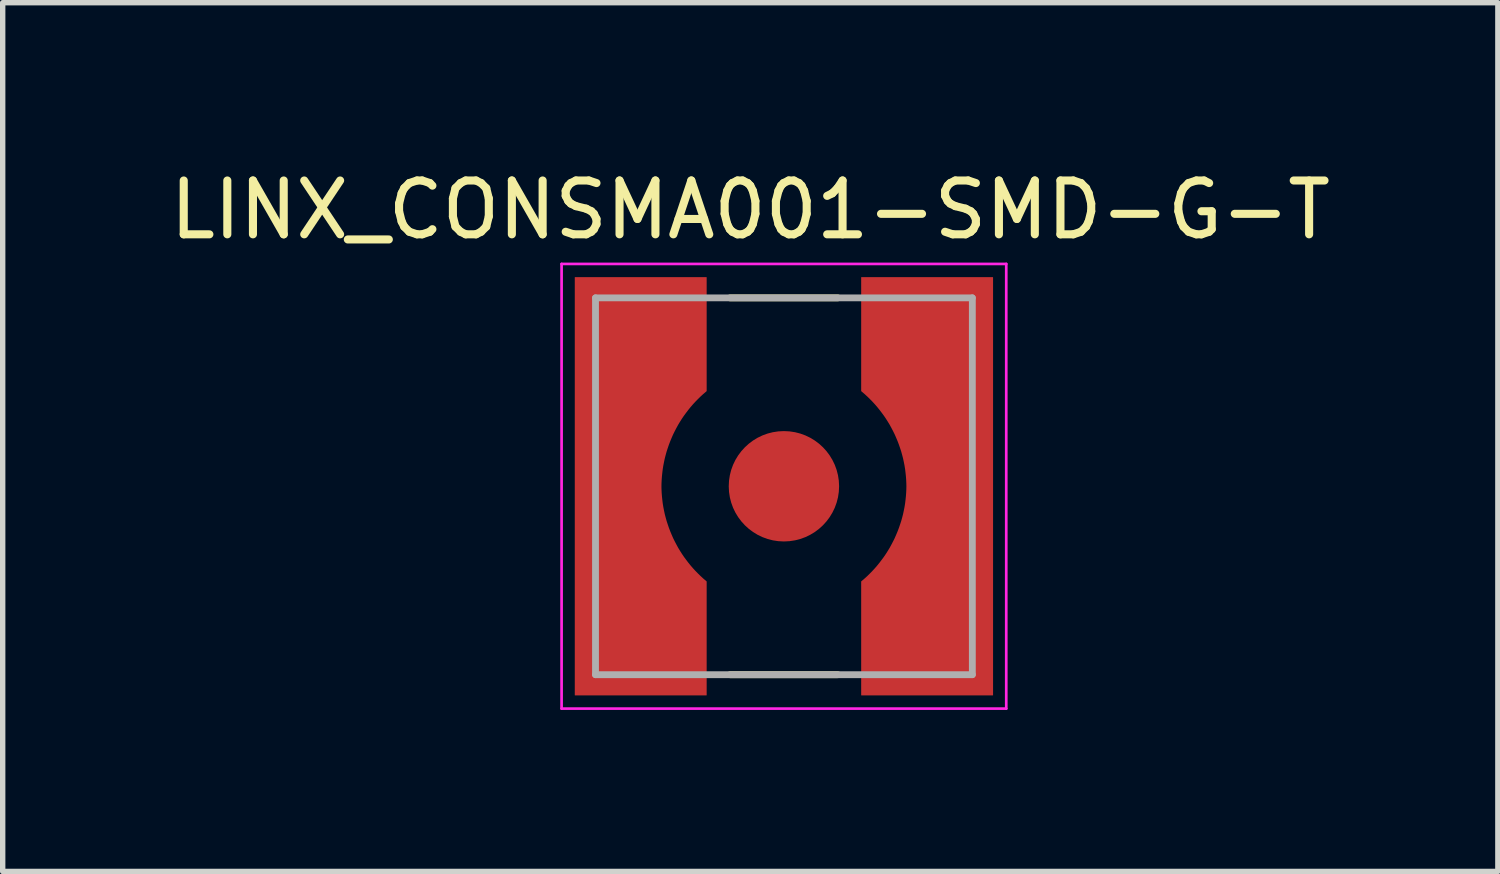
<source format=kicad_pcb>
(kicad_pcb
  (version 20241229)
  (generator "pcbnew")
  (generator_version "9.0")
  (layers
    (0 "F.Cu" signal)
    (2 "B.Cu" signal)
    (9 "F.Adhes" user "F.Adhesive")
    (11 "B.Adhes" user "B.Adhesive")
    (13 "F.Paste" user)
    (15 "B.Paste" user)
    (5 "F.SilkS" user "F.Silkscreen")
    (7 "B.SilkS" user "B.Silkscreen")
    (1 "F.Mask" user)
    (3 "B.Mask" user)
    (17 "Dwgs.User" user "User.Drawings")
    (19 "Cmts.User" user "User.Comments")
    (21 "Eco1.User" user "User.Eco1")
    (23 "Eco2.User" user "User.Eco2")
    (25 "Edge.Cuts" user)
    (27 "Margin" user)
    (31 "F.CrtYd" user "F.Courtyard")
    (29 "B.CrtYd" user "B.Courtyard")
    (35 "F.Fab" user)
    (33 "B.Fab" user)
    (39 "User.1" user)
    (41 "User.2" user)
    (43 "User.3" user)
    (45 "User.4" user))
  (footprint "LINX_CONSMA001-SMD-G-T"
    (layer "F.Cu")
    (at 11.512 5.983)
    (property "Reference" "LINX_CONSMA001-SMD-G-T" (at -0.625 -5.135 0) (layer "F.SilkS") (effects (font (size 1 1) (thickness 0.15))))
    (attr through_hole)
    (fp_poly (pts (xy -1.34 -3.98) (xy -3.98 -3.98) (xy -3.98 3.98) (xy -1.34 3.98) (xy -1.34 1.72) (xy -1.381 1.687) (xy -1.43 1.645) (xy -1.478 1.602) (xy -1.524 1.557) (xy -1.569 1.511) (xy -1.613 1.464) (xy -1.655 1.416) (xy -1.696 1.366) (xy -1.736 1.315) (xy -1.774 1.263) (xy -1.81 1.21) (xy -1.845 1.156) (xy -1.878 1.101) (xy -1.91 1.045) (xy -1.94 0.988) (xy -1.968 0.931) (xy -1.995 0.872) (xy -2.02 0.813) (xy -2.043 0.753) (xy -2.065 0.692) (xy -2.084 0.631) (xy -2.102 0.569) (xy -2.118 0.507) (xy -2.133 0.444) (xy -2.145 0.381) (xy -2.156 0.318) (xy -2.164 0.254) (xy -2.171 0.19) (xy -2.176 0.126) (xy -2.18 0.05) (xy -2.179 -0.028) (xy -2.176 -0.097) (xy -2.171 -0.166) (xy -2.164 -0.235) (xy -2.155 -0.303) (xy -2.144 -0.371) (xy -2.131 -0.439) (xy -2.116 -0.506) (xy -2.099 -0.573) (xy -2.08 -0.639) (xy -2.06 -0.705) (xy -2.037 -0.77) (xy -2.012 -0.835) (xy -1.986 -0.899) (xy -1.958 -0.962) (xy -1.928 -1.024) (xy -1.896 -1.085) (xy -1.862 -1.145) (xy -1.827 -1.204) (xy -1.79 -1.262) (xy -1.751 -1.32) (xy -1.711 -1.375) (xy -1.669 -1.43) (xy -1.625 -1.484) (xy -1.58 -1.536) (xy -1.533 -1.587) (xy -1.485 -1.636) (xy -1.436 -1.684) (xy -1.385 -1.731) (xy -1.34 -1.77) (xy -1.34 -3.98)) (stroke (width 0.01) (type solid)) (fill yes) (layer "F.Mask"))
    (fp_poly (pts (xy 1.34 -3.98) (xy 3.98 -3.98) (xy 3.98 3.98) (xy 1.34 3.98) (xy 1.34 1.72) (xy 1.391 1.677) (xy 1.441 1.633) (xy 1.489 1.588) (xy 1.536 1.542) (xy 1.581 1.494) (xy 1.625 1.445) (xy 1.667 1.395) (xy 1.708 1.343) (xy 1.748 1.29) (xy 1.786 1.237) (xy 1.822 1.182) (xy 1.857 1.126) (xy 1.89 1.069) (xy 1.921 1.011) (xy 1.951 0.952) (xy 1.979 0.892) (xy 2.005 0.832) (xy 2.03 0.771) (xy 2.053 0.709) (xy 2.074 0.647) (xy 2.093 0.584) (xy 2.11 0.52) (xy 2.125 0.456) (xy 2.139 0.391) (xy 2.15 0.327) (xy 2.16 0.261) (xy 2.168 0.196) (xy 2.174 0.13) (xy 2.178 0.065) (xy 2.18 0) (xy 2.179 -0.052) (xy 2.176 -0.119) (xy 2.171 -0.186) (xy 2.164 -0.253) (xy 2.156 -0.32) (xy 2.145 -0.387) (xy 2.132 -0.453) (xy 2.118 -0.519) (xy 2.101 -0.584) (xy 2.083 -0.649) (xy 2.062 -0.713) (xy 2.04 -0.777) (xy 2.016 -0.84) (xy 1.99 -0.902) (xy 1.963 -0.964) (xy 1.933 -1.025) (xy 1.902 -1.084) (xy 1.87 -1.143) (xy 1.835 -1.201) (xy 1.799 -1.258) (xy 1.761 -1.314) (xy 1.721 -1.368) (xy 1.68 -1.422) (xy 1.638 -1.474) (xy 1.594 -1.525) (xy 1.548 -1.575) (xy 1.501 -1.623) (xy 1.453 -1.67) (xy 1.403 -1.716) (xy 1.34 -1.77) (xy 1.34 -3.98)) (stroke (width 0.01) (type solid)) (fill yes) (layer "F.Mask"))
    (fp_line (start -1 -3.5) (end 1 -3.5) (stroke (width 0.127) (type solid)) (layer "F.SilkS"))
    (fp_line (start -1 3.5) (end 1 3.5) (stroke (width 0.127) (type solid)) (layer "F.SilkS"))
    (fp_poly (pts (xy -1.44 -3.88) (xy -3.88 -3.88) (xy -3.88 3.88) (xy -1.44 3.88) (xy -1.44 1.77) (xy -1.503 1.716) (xy -1.553 1.67) (xy -1.601 1.623) (xy -1.648 1.575) (xy -1.694 1.525) (xy -1.738 1.474) (xy -1.78 1.422) (xy -1.821 1.368) (xy -1.861 1.314) (xy -1.899 1.258) (xy -1.935 1.201) (xy -1.97 1.143) (xy -2.002 1.084) (xy -2.033 1.025) (xy -2.063 0.964) (xy -2.09 0.902) (xy -2.116 0.84) (xy -2.14 0.777) (xy -2.162 0.713) (xy -2.183 0.649) (xy -2.201 0.584) (xy -2.218 0.519) (xy -2.232 0.453) (xy -2.245 0.387) (xy -2.256 0.32) (xy -2.264 0.253) (xy -2.271 0.186) (xy -2.276 0.119) (xy -2.279 0.052) (xy -2.28 0) (xy -2.279 -0.052) (xy -2.276 -0.119) (xy -2.271 -0.186) (xy -2.264 -0.253) (xy -2.256 -0.32) (xy -2.245 -0.387) (xy -2.232 -0.453) (xy -2.218 -0.519) (xy -2.201 -0.584) (xy -2.183 -0.649) (xy -2.162 -0.713) (xy -2.14 -0.777) (xy -2.116 -0.84) (xy -2.09 -0.902) (xy -2.063 -0.964) (xy -2.033 -1.025) (xy -2.002 -1.084) (xy -1.97 -1.143) (xy -1.935 -1.201) (xy -1.899 -1.258) (xy -1.861 -1.314) (xy -1.821 -1.368) (xy -1.78 -1.422) (xy -1.738 -1.474) (xy -1.694 -1.525) (xy -1.648 -1.575) (xy -1.601 -1.623) (xy -1.553 -1.67) (xy -1.503 -1.716) (xy -1.44 -1.77) (xy -1.44 -3.88)) (stroke (width 0.01) (type solid)) (fill yes) (layer "F.Paste"))
    (fp_poly (pts (xy 1.44 -3.88) (xy 3.88 -3.88) (xy 3.88 3.88) (xy 1.44 3.88) (xy 1.44 1.77) (xy 1.503 1.716) (xy 1.553 1.67) (xy 1.601 1.623) (xy 1.648 1.575) (xy 1.694 1.525) (xy 1.738 1.474) (xy 1.78 1.422) (xy 1.821 1.368) (xy 1.861 1.314) (xy 1.899 1.258) (xy 1.935 1.201) (xy 1.97 1.143) (xy 2.002 1.084) (xy 2.033 1.025) (xy 2.063 0.964) (xy 2.09 0.902) (xy 2.116 0.84) (xy 2.14 0.777) (xy 2.162 0.713) (xy 2.183 0.649) (xy 2.201 0.584) (xy 2.218 0.519) (xy 2.232 0.453) (xy 2.245 0.387) (xy 2.256 0.32) (xy 2.264 0.253) (xy 2.271 0.186) (xy 2.276 0.119) (xy 2.279 0.052) (xy 2.28 0) (xy 2.279 -0.052) (xy 2.276 -0.119) (xy 2.271 -0.186) (xy 2.264 -0.253) (xy 2.256 -0.32) (xy 2.245 -0.387) (xy 2.232 -0.453) (xy 2.218 -0.519) (xy 2.201 -0.584) (xy 2.183 -0.649) (xy 2.162 -0.713) (xy 2.14 -0.777) (xy 2.116 -0.84) (xy 2.09 -0.902) (xy 2.063 -0.964) (xy 2.033 -1.025) (xy 2.002 -1.084) (xy 1.97 -1.143) (xy 1.935 -1.201) (xy 1.899 -1.258) (xy 1.861 -1.314) (xy 1.821 -1.368) (xy 1.78 -1.422) (xy 1.738 -1.474) (xy 1.694 -1.525) (xy 1.648 -1.575) (xy 1.601 -1.623) (xy 1.553 -1.67) (xy 1.503 -1.716) (xy 1.44 -1.77) (xy 1.44 -3.88)) (stroke (width 0.01) (type solid)) (fill yes) (layer "F.Paste"))
    (fp_line (start -4.13 -4.13) (end 4.13 -4.13) (stroke (width 0.05) (type solid)) (layer "F.CrtYd"))
    (fp_line (start -4.13 4.13) (end -4.13 -4.13) (stroke (width 0.05) (type solid)) (layer "F.CrtYd"))
    (fp_line (start 4.13 -4.13) (end 4.13 4.13) (stroke (width 0.05) (type solid)) (layer "F.CrtYd"))
    (fp_line (start 4.13 4.13) (end -4.13 4.13) (stroke (width 0.05) (type solid)) (layer "F.CrtYd"))
    (fp_line (start -3.5 -3.5) (end 3.5 -3.5) (stroke (width 0.127) (type solid)) (layer "F.Fab"))
    (fp_line (start -3.5 3.5) (end -3.5 -3.5) (stroke (width 0.127) (type solid)) (layer "F.Fab"))
    (fp_line (start 3.5 -3.5) (end 3.5 3.5) (stroke (width 0.127) (type solid)) (layer "F.Fab"))
    (fp_line (start 3.5 3.5) (end -3.5 3.5) (stroke (width 0.127) (type solid)) (layer "F.Fab"))
    (pad "1" smd circle (at 0 0) (size 2.05 2.05) (layers "F.Cu" "F.Mask" "F.Paste"))
    (pad "2" smd custom (at -3.1 0) (size 1 1) (layers "F.Cu") (options (anchor rect)) (primitives (gr_poly (pts (xy 1.66 -3.88) (xy -0.78 -3.88) (xy -0.78 3.88) (xy 1.66 3.88) (xy 1.66 1.77) (xy 1.597 1.716) (xy 1.547 1.67) (xy 1.499 1.623) (xy 1.452 1.575) (xy 1.406 1.525) (xy 1.362 1.474) (xy 1.32 1.422) (xy 1.279 1.368) (xy 1.239 1.314) (xy 1.201 1.258) (xy 1.165 1.201) (xy 1.13 1.143) (xy 1.098 1.084) (xy 1.067 1.025) (xy 1.037 0.964) (xy 1.01 0.902) (xy 0.984 0.84) (xy 0.96 0.777) (xy 0.938 0.713) (xy 0.917 0.649) (xy 0.899 0.584) (xy 0.882 0.519) (xy 0.868 0.453) (xy 0.855 0.387) (xy 0.844 0.32) (xy 0.836 0.253) (xy 0.829 0.186) (xy 0.824 0.119) (xy 0.821 0.052) (xy 0.82 0) (xy 0.821 -0.052) (xy 0.824 -0.119) (xy 0.829 -0.186) (xy 0.836 -0.253) (xy 0.844 -0.32) (xy 0.855 -0.387) (xy 0.868 -0.453) (xy 0.882 -0.519) (xy 0.899 -0.584) (xy 0.917 -0.649) (xy 0.938 -0.713) (xy 0.96 -0.777) (xy 0.984 -0.84) (xy 1.01 -0.902) (xy 1.037 -0.964) (xy 1.067 -1.025) (xy 1.098 -1.084) (xy 1.13 -1.143) (xy 1.165 -1.201) (xy 1.201 -1.258) (xy 1.239 -1.314) (xy 1.279 -1.368) (xy 1.32 -1.422) (xy 1.362 -1.474) (xy 1.406 -1.525) (xy 1.452 -1.575) (xy 1.499 -1.623) (xy 1.547 -1.67) (xy 1.597 -1.716) (xy 1.66 -1.77) (xy 1.66 -3.88)) (width 0.01) (fill yes))))
    (pad "2" smd custom (at 3.1 0) (size 1 1) (layers "F.Cu") (options (anchor rect)) (primitives (gr_poly (pts (xy -1.66 -3.88) (xy 0.78 -3.88) (xy 0.78 3.88) (xy -1.66 3.88) (xy -1.66 1.77) (xy -1.597 1.716) (xy -1.547 1.67) (xy -1.499 1.623) (xy -1.452 1.575) (xy -1.406 1.525) (xy -1.362 1.474) (xy -1.32 1.422) (xy -1.279 1.368) (xy -1.239 1.314) (xy -1.201 1.258) (xy -1.165 1.201) (xy -1.13 1.143) (xy -1.098 1.084) (xy -1.067 1.025) (xy -1.037 0.964) (xy -1.01 0.902) (xy -0.984 0.84) (xy -0.96 0.777) (xy -0.938 0.713) (xy -0.917 0.649) (xy -0.899 0.584) (xy -0.882 0.519) (xy -0.868 0.453) (xy -0.855 0.387) (xy -0.844 0.32) (xy -0.836 0.253) (xy -0.829 0.186) (xy -0.824 0.119) (xy -0.821 0.052) (xy -0.82 0) (xy -0.821 -0.052) (xy -0.824 -0.119) (xy -0.829 -0.186) (xy -0.836 -0.253) (xy -0.844 -0.32) (xy -0.855 -0.387) (xy -0.868 -0.453) (xy -0.882 -0.519) (xy -0.899 -0.584) (xy -0.917 -0.649) (xy -0.938 -0.713) (xy -0.96 -0.777) (xy -0.984 -0.84) (xy -1.01 -0.902) (xy -1.037 -0.964) (xy -1.067 -1.025) (xy -1.098 -1.084) (xy -1.13 -1.143) (xy -1.165 -1.201) (xy -1.201 -1.258) (xy -1.239 -1.314) (xy -1.279 -1.368) (xy -1.32 -1.422) (xy -1.362 -1.474) (xy -1.406 -1.525) (xy -1.452 -1.575) (xy -1.499 -1.623) (xy -1.547 -1.67) (xy -1.597 -1.716) (xy -1.66 -1.77) (xy -1.66 -2.35) (xy -1.66 -3.88)) (width 0.01) (fill yes)))))
  (gr_rect
    (start -3 -3)
    (end 24.774 13.138)
    (stroke (width 0.1) (type default))
    (fill no)
    (layer "Edge.Cuts")))
</source>
